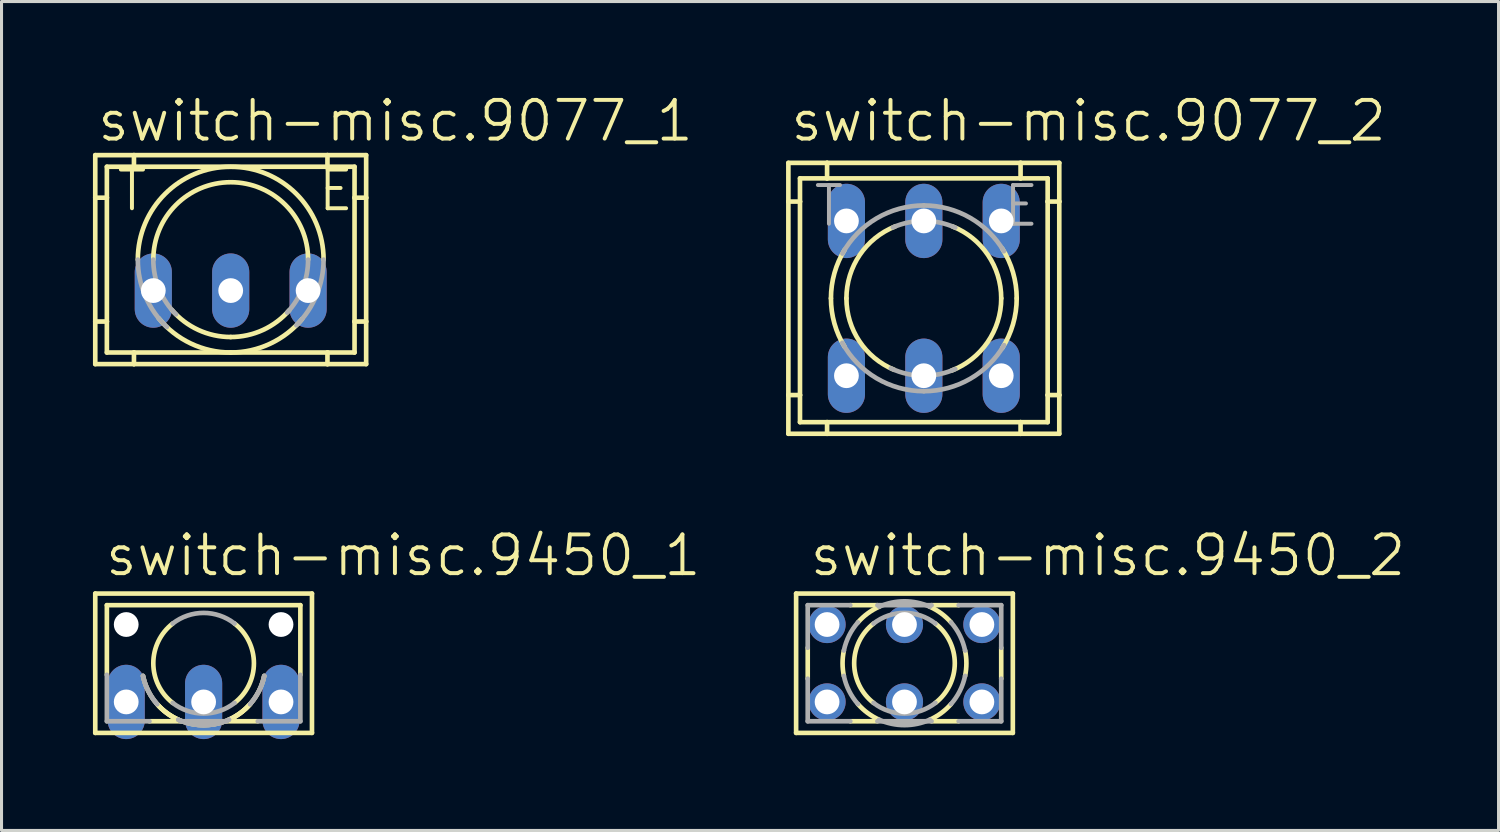
<source format=kicad_pcb>
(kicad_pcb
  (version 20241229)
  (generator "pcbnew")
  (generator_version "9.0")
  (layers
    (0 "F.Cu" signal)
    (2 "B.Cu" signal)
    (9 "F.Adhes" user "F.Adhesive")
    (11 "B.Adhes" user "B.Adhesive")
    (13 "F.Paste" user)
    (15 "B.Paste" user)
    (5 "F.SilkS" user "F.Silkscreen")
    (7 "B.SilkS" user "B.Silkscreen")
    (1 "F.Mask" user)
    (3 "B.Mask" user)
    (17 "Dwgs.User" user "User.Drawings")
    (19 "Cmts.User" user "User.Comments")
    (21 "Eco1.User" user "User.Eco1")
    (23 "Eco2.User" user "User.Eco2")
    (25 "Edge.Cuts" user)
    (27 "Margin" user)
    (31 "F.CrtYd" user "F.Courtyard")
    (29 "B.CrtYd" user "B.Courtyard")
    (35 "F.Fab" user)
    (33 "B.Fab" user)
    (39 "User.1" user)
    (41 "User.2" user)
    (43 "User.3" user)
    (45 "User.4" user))
  (footprint "switch-misc.9077_1"
    (layer "F.Cu")
    (at 4.521 5.47)
    (property "Reference" "switch-misc.9077_1" (at -4.445 -3.81 0) (layer "F.SilkS") (effects (font (size 1.27 1.27) (thickness 0.13)) (justify left bottom)))
    (attr through_hole)
    (fp_line (start -4.445 -3.429) (end -4.445 -2.032) (stroke (width 0.152) (type default)) (layer "F.SilkS"))
    (fp_line (start -4.445 -3.429) (end -3.175 -3.429) (stroke (width 0.152) (type default)) (layer "F.SilkS"))
    (fp_line (start -4.445 -2.032) (end -4.445 2.032) (stroke (width 0.152) (type default)) (layer "F.SilkS"))
    (fp_line (start -4.445 2.032) (end -4.445 3.429) (stroke (width 0.152) (type default)) (layer "F.SilkS"))
    (fp_line (start -4.064 -3.048) (end -4.064 -2.032) (stroke (width 0.152) (type default)) (layer "F.SilkS"))
    (fp_line (start -4.064 -3.048) (end -3.175 -3.048) (stroke (width 0.152) (type default)) (layer "F.SilkS"))
    (fp_line (start -4.064 -2.032) (end -4.445 -2.032) (stroke (width 0.152) (type default)) (layer "F.SilkS"))
    (fp_line (start -4.064 -2.032) (end -4.064 2.032) (stroke (width 0.152) (type default)) (layer "F.SilkS"))
    (fp_line (start -4.064 2.032) (end -4.445 2.032) (stroke (width 0.152) (type default)) (layer "F.SilkS"))
    (fp_line (start -4.064 2.032) (end -4.064 3.048) (stroke (width 0.152) (type default)) (layer "F.SilkS"))
    (fp_line (start -3.175 -3.429) (end -3.175 -3.048) (stroke (width 0.152) (type default)) (layer "F.SilkS"))
    (fp_line (start -3.175 -3.429) (end 3.175 -3.429) (stroke (width 0.152) (type default)) (layer "F.SilkS"))
    (fp_line (start -3.175 -3.048) (end 3.175 -3.048) (stroke (width 0.152) (type default)) (layer "F.SilkS"))
    (fp_line (start -3.175 3.048) (end -4.064 3.048) (stroke (width 0.152) (type default)) (layer "F.SilkS"))
    (fp_line (start -3.175 3.048) (end -3.175 3.429) (stroke (width 0.152) (type default)) (layer "F.SilkS"))
    (fp_line (start -3.175 3.429) (end -4.445 3.429) (stroke (width 0.152) (type default)) (layer "F.SilkS"))
    (fp_line (start 3.175 -3.429) (end 3.175 -3.048) (stroke (width 0.152) (type default)) (layer "F.SilkS"))
    (fp_line (start 3.175 -3.429) (end 4.445 -3.429) (stroke (width 0.152) (type default)) (layer "F.SilkS"))
    (fp_line (start 3.175 -3.048) (end 4.064 -3.048) (stroke (width 0.152) (type default)) (layer "F.SilkS"))
    (fp_line (start 3.175 3.048) (end -3.175 3.048) (stroke (width 0.152) (type default)) (layer "F.SilkS"))
    (fp_line (start 3.175 3.048) (end 3.175 3.429) (stroke (width 0.152) (type default)) (layer "F.SilkS"))
    (fp_line (start 3.175 3.429) (end -3.175 3.429) (stroke (width 0.152) (type default)) (layer "F.SilkS"))
    (fp_line (start 4.064 -2.032) (end 4.064 -3.048) (stroke (width 0.152) (type default)) (layer "F.SilkS"))
    (fp_line (start 4.064 2.032) (end 4.064 -2.032) (stroke (width 0.152) (type default)) (layer "F.SilkS"))
    (fp_line (start 4.064 3.048) (end 3.175 3.048) (stroke (width 0.152) (type default)) (layer "F.SilkS"))
    (fp_line (start 4.064 3.048) (end 4.064 2.032) (stroke (width 0.152) (type default)) (layer "F.SilkS"))
    (fp_line (start 4.445 -2.032) (end 4.064 -2.032) (stroke (width 0.152) (type default)) (layer "F.SilkS"))
    (fp_line (start 4.445 -2.032) (end 4.445 -3.429) (stroke (width 0.152) (type default)) (layer "F.SilkS"))
    (fp_line (start 4.445 2.032) (end 4.064 2.032) (stroke (width 0.152) (type default)) (layer "F.SilkS"))
    (fp_line (start 4.445 2.032) (end 4.445 -2.032) (stroke (width 0.152) (type default)) (layer "F.SilkS"))
    (fp_line (start 4.445 3.429) (end 3.175 3.429) (stroke (width 0.152) (type default)) (layer "F.SilkS"))
    (fp_line (start 4.445 3.429) (end 4.445 2.032) (stroke (width 0.152) (type default)) (layer "F.SilkS"))
    (fp_arc (start -3.048 0) (mid 0 -3.048) (end 3.048 0) (stroke (width 0.1524) (type default)) (layer "F.SilkS"))
    (fp_arc (start -2.54 0) (mid 0 -2.54) (end 2.54 0) (stroke (width 0.1524) (type default)) (layer "F.SilkS"))
    (fp_arc (start 0 2.54) (mid -1.061351 2.307616) (end -1.9285 1.653) (stroke (width 0.1524) (type default)) (layer "F.SilkS"))
    (fp_arc (start 0 3.048) (mid -1.309953 2.752134) (end -2.3656 1.922) (stroke (width 0.1524) (type default)) (layer "F.SilkS"))
    (fp_arc (start 1.9195 1.6635) (mid 1.055078 2.310514) (end 0 2.54) (stroke (width 0.1524) (type default)) (layer "F.SilkS"))
    (fp_arc (start 2.3415 1.9513) (mid 1.292802 2.760237) (end 0 3.048) (stroke (width 0.1524) (type default)) (layer "F.SilkS"))
    (fp_arc (start -2.0962 2.2127) (mid -2.799948 1.20436) (end -3.048 0) (stroke (width 0.1524) (type default)) (layer "F.Fab"))
    (fp_arc (start -1.7961 1.7961) (mid -2.346686 0.972037) (end -2.54 0) (stroke (width 0.1524) (type default)) (layer "F.Fab"))
    (fp_arc (start 2.54 0) (mid 2.362007 0.934052) (end 1.853 1.7372) (stroke (width 0.1524) (type default)) (layer "F.Fab"))
    (fp_arc (start 3.048 0) (mid 2.81601 1.166435) (end 2.1553 2.1553) (stroke (width 0.1524) (type default)) (layer "F.Fab"))
    (fp_text user "T" (at -3.81 -1.524 0) (layer "F.SilkS") (effects (font (size 1.27 1.27) (thickness 0.13)) (justify left bottom)))
    (fp_text user "E" (at 2.794 -1.524 0) (layer "F.SilkS") (effects (font (size 1.27 1.27) (thickness 0.13)) (justify left bottom)))
    (pad "1" thru_hole oval (at -2.54 1.016 90) (size 2.438 1.219) (drill 0.813) (layers "*.Cu" "*.Mask"))
    (pad "2" thru_hole oval (at 0 1.016 90) (size 2.438 1.219) (drill 0.813) (layers "*.Cu" "*.Mask"))
    (pad "3" thru_hole oval (at 2.54 1.016 90) (size 2.438 1.219) (drill 0.813) (layers "*.Cu" "*.Mask")))
  (footprint "switch-misc.9450_2"
    (layer "F.Cu")
    (at 26.632 18.715)
    (property "Reference" "switch-misc.9450_2" (at -3.175 -2.794 0) (layer "F.SilkS") (effects (font (size 1.27 1.27) (thickness 0.13)) (justify left bottom)))
    (attr through_hole)
    (fp_line (start -3.556 2.286) (end -3.556 -2.286) (stroke (width 0.152) (type default)) (layer "F.SilkS"))
    (fp_line (start -3.556 2.286) (end 3.556 2.286) (stroke (width 0.152) (type default)) (layer "F.SilkS"))
    (fp_line (start -3.175 0.508) (end -3.175 -0.508) (stroke (width 0.152) (type default)) (layer "F.SilkS"))
    (fp_line (start -0.889 -1.905) (end -1.778 -1.905) (stroke (width 0.152) (type default)) (layer "F.SilkS"))
    (fp_line (start -0.889 1.905) (end -1.778 1.905) (stroke (width 0.152) (type default)) (layer "F.SilkS"))
    (fp_line (start 1.778 -1.905) (end 0.889 -1.905) (stroke (width 0.152) (type default)) (layer "F.SilkS"))
    (fp_line (start 1.778 1.905) (end 0.889 1.905) (stroke (width 0.152) (type default)) (layer "F.SilkS"))
    (fp_line (start 3.175 -0.508) (end 3.175 0.508) (stroke (width 0.152) (type default)) (layer "F.SilkS"))
    (fp_line (start 3.556 -2.286) (end -3.556 -2.286) (stroke (width 0.152) (type default)) (layer "F.SilkS"))
    (fp_line (start 3.556 -2.286) (end 3.556 2.286) (stroke (width 0.152) (type default)) (layer "F.SilkS"))
    (fp_arc (start -1.9889 0.4165) (mid -2.032042 0) (end -1.9889 -0.4165) (stroke (width 0.1524) (type default)) (layer "F.SilkS"))
    (fp_arc (start -1.5265 -1.3412) (mid -1.206434 -1.635086) (end -0.8312 -1.8542) (stroke (width 0.1524) (type default)) (layer "F.SilkS"))
    (fp_arc (start -1.0155 1.3018) (mid -1.651037 0) (end -1.0155 -1.3018) (stroke (width 0.1524) (type default)) (layer "F.SilkS"))
    (fp_arc (start -0.8312 1.8542) (mid -1.206434 1.635086) (end -1.5265 1.3412) (stroke (width 0.1524) (type default)) (layer "F.SilkS"))
    (fp_arc (start 0.8312 -1.8542) (mid 1.206434 -1.635086) (end 1.5265 -1.3412) (stroke (width 0.1524) (type default)) (layer "F.SilkS"))
    (fp_arc (start 1.0155 -1.3018) (mid 1.651037 0) (end 1.0155 1.3018) (stroke (width 0.1524) (type default)) (layer "F.SilkS"))
    (fp_arc (start 1.5265 1.3412) (mid 1.206434 1.635086) (end 0.8312 1.8542) (stroke (width 0.1524) (type default)) (layer "F.SilkS"))
    (fp_arc (start 1.9889 -0.4165) (mid 2.032042 0) (end 1.9889 0.4165) (stroke (width 0.1524) (type default)) (layer "F.SilkS"))
    (fp_line (start -3.175 -1.905) (end -1.778 -1.905) (stroke (width 0.152) (type default)) (layer "F.Fab"))
    (fp_line (start -3.175 -0.508) (end -3.175 -1.905) (stroke (width 0.152) (type default)) (layer "F.Fab"))
    (fp_line (start -3.175 1.905) (end -3.175 0.508) (stroke (width 0.152) (type default)) (layer "F.Fab"))
    (fp_line (start -1.778 1.905) (end -3.175 1.905) (stroke (width 0.152) (type default)) (layer "F.Fab"))
    (fp_line (start 0.889 -1.905) (end -0.889 -1.905) (stroke (width 0.152) (type default)) (layer "F.Fab"))
    (fp_line (start 0.889 1.905) (end -0.889 1.905) (stroke (width 0.152) (type default)) (layer "F.Fab"))
    (fp_line (start 1.778 1.905) (end 3.175 1.905) (stroke (width 0.152) (type default)) (layer "F.Fab"))
    (fp_line (start 3.175 -1.905) (end 1.778 -1.905) (stroke (width 0.152) (type default)) (layer "F.Fab"))
    (fp_line (start 3.175 -0.508) (end 3.175 -1.905) (stroke (width 0.152) (type default)) (layer "F.Fab"))
    (fp_line (start 3.175 1.905) (end 3.175 0.508) (stroke (width 0.152) (type default)) (layer "F.Fab"))
    (fp_arc (start -1.9889 -0.4165) (mid -1.817492 -0.908749) (end -1.5265 -1.3412) (stroke (width 0.1524) (type default)) (layer "F.Fab"))
    (fp_arc (start -1.5265 1.3412) (mid -1.817492 0.908749) (end -1.9889 0.4165) (stroke (width 0.1524) (type default)) (layer "F.Fab"))
    (fp_arc (start -1.0155 -1.3018) (mid 0 -1.651037) (end 1.0155 -1.3018) (stroke (width 0.1524) (type default)) (layer "F.Fab"))
    (fp_arc (start -0.8312 -1.8542) (mid 0 -2.031982) (end 0.8312 -1.8542) (stroke (width 0.1524) (type default)) (layer "F.Fab"))
    (fp_arc (start 0.8312 1.8542) (mid 0 2.031982) (end -0.8312 1.8542) (stroke (width 0.1524) (type default)) (layer "F.Fab"))
    (fp_arc (start 1.0155 1.3018) (mid 0 1.651037) (end -1.0155 1.3018) (stroke (width 0.1524) (type default)) (layer "F.Fab"))
    (fp_arc (start 1.5265 -1.3412) (mid 1.817492 -0.908749) (end 1.9889 -0.4165) (stroke (width 0.1524) (type default)) (layer "F.Fab"))
    (fp_arc (start 1.9889 0.4165) (mid 1.817492 0.908749) (end 1.5265 1.3412) (stroke (width 0.1524) (type default)) (layer "F.Fab"))
    (pad "1" thru_hole circle (at -2.54 1.27) (size 1.219 1.219) (drill 0.813) (layers "*.Cu" "*.Mask"))
    (pad "2" thru_hole circle (at 0 1.27) (size 1.219 1.219) (drill 0.813) (layers "*.Cu" "*.Mask"))
    (pad "3" thru_hole circle (at 2.54 1.27) (size 1.219 1.219) (drill 0.813) (layers "*.Cu" "*.Mask"))
    (pad "4" thru_hole circle (at -2.54 -1.27) (size 1.219 1.219) (drill 0.813) (layers "*.Cu" "*.Mask"))
    (pad "5" thru_hole circle (at 0 -1.27) (size 1.219 1.219) (drill 0.813) (layers "*.Cu" "*.Mask"))
    (pad "6" thru_hole circle (at 2.54 -1.27) (size 1.219 1.219) (drill 0.813) (layers "*.Cu" "*.Mask")))
  (footprint "switch-misc.9077_2"
    (layer "F.Cu")
    (at 27.267 6.74)
    (property "Reference" "switch-misc.9077_2" (at -4.445 -5.08 0) (layer "F.SilkS") (effects (font (size 1.27 1.27) (thickness 0.13)) (justify left bottom)))
    (attr through_hole)
    (fp_line (start -4.445 -4.445) (end -4.445 -3.175) (stroke (width 0.152) (type default)) (layer "F.SilkS"))
    (fp_line (start -4.445 -4.445) (end -3.175 -4.445) (stroke (width 0.152) (type default)) (layer "F.SilkS"))
    (fp_line (start -4.445 -3.175) (end -4.445 3.175) (stroke (width 0.152) (type default)) (layer "F.SilkS"))
    (fp_line (start -4.445 -3.175) (end -4.064 -3.175) (stroke (width 0.152) (type default)) (layer "F.SilkS"))
    (fp_line (start -4.445 3.175) (end -4.445 4.445) (stroke (width 0.152) (type default)) (layer "F.SilkS"))
    (fp_line (start -4.445 3.175) (end -4.064 3.175) (stroke (width 0.152) (type default)) (layer "F.SilkS"))
    (fp_line (start -4.064 -3.937) (end -4.064 -3.175) (stroke (width 0.152) (type default)) (layer "F.SilkS"))
    (fp_line (start -4.064 -3.937) (end -3.175 -3.937) (stroke (width 0.152) (type default)) (layer "F.SilkS"))
    (fp_line (start -4.064 -3.175) (end -4.064 3.175) (stroke (width 0.152) (type default)) (layer "F.SilkS"))
    (fp_line (start -4.064 3.175) (end -4.064 4.064) (stroke (width 0.152) (type default)) (layer "F.SilkS"))
    (fp_line (start -3.175 -4.445) (end 3.175 -4.445) (stroke (width 0.152) (type default)) (layer "F.SilkS"))
    (fp_line (start -3.175 -3.937) (end -3.175 -4.445) (stroke (width 0.152) (type default)) (layer "F.SilkS"))
    (fp_line (start -3.175 -3.937) (end 3.175 -3.937) (stroke (width 0.152) (type default)) (layer "F.SilkS"))
    (fp_line (start -3.175 4.064) (end -4.064 4.064) (stroke (width 0.152) (type default)) (layer "F.SilkS"))
    (fp_line (start -3.175 4.445) (end -4.445 4.445) (stroke (width 0.152) (type default)) (layer "F.SilkS"))
    (fp_line (start -3.175 4.445) (end -3.175 4.064) (stroke (width 0.152) (type default)) (layer "F.SilkS"))
    (fp_line (start 3.175 -4.445) (end 4.445 -4.445) (stroke (width 0.152) (type default)) (layer "F.SilkS"))
    (fp_line (start 3.175 -3.937) (end 3.175 -4.445) (stroke (width 0.152) (type default)) (layer "F.SilkS"))
    (fp_line (start 3.175 -3.937) (end 4.064 -3.937) (stroke (width 0.152) (type default)) (layer "F.SilkS"))
    (fp_line (start 3.175 4.064) (end -3.175 4.064) (stroke (width 0.152) (type default)) (layer "F.SilkS"))
    (fp_line (start 3.175 4.445) (end -3.175 4.445) (stroke (width 0.152) (type default)) (layer "F.SilkS"))
    (fp_line (start 3.175 4.445) (end 3.175 4.064) (stroke (width 0.152) (type default)) (layer "F.SilkS"))
    (fp_line (start 4.064 -3.175) (end 4.064 -3.937) (stroke (width 0.152) (type default)) (layer "F.SilkS"))
    (fp_line (start 4.064 -3.175) (end 4.445 -3.175) (stroke (width 0.152) (type default)) (layer "F.SilkS"))
    (fp_line (start 4.064 3.175) (end 4.064 -3.175) (stroke (width 0.152) (type default)) (layer "F.SilkS"))
    (fp_line (start 4.064 3.175) (end 4.445 3.175) (stroke (width 0.152) (type default)) (layer "F.SilkS"))
    (fp_line (start 4.064 4.064) (end 3.175 4.064) (stroke (width 0.152) (type default)) (layer "F.SilkS"))
    (fp_line (start 4.064 4.064) (end 4.064 3.175) (stroke (width 0.152) (type default)) (layer "F.SilkS"))
    (fp_line (start 4.445 -3.175) (end 4.445 -4.445) (stroke (width 0.152) (type default)) (layer "F.SilkS"))
    (fp_line (start 4.445 3.175) (end 4.445 -3.175) (stroke (width 0.152) (type default)) (layer "F.SilkS"))
    (fp_line (start 4.445 4.445) (end 3.175 4.445) (stroke (width 0.152) (type default)) (layer "F.SilkS"))
    (fp_line (start 4.445 4.445) (end 4.445 3.175) (stroke (width 0.152) (type default)) (layer "F.SilkS"))
    (fp_arc (start -3.048 0) (mid -2.932801 -0.830073) (end -2.5959 -1.5974) (stroke (width 0.1524) (type default)) (layer "F.SilkS"))
    (fp_arc (start -2.6008 1.5894) (mid -2.934073 0.825558) (end -3.048 0) (stroke (width 0.1524) (type default)) (layer "F.SilkS"))
    (fp_arc (start -2.54 0) (mid -2.103269 -1.423986) (end -0.9433 -2.3583) (stroke (width 0.1524) (type default)) (layer "F.SilkS"))
    (fp_arc (start -0.9769 2.3446) (mid -2.113394 1.408934) (end -2.54 0) (stroke (width 0.1524) (type default)) (layer "F.SilkS"))
    (fp_arc (start 0.9433 -2.3583) (mid 2.10331 -1.423995) (end 2.5401 0) (stroke (width 0.1524) (type default)) (layer "F.SilkS"))
    (fp_arc (start 2.54 0) (mid 2.093749 1.437989) (end 0.9118 2.3707) (stroke (width 0.1524) (type default)) (layer "F.SilkS"))
    (fp_arc (start 2.5715 -1.6364) (mid 2.926456 -0.852183) (end 3.048 0) (stroke (width 0.1524) (type default)) (layer "F.SilkS"))
    (fp_arc (start 3.048 0) (mid 2.926456 0.852183) (end 2.5715 1.6364) (stroke (width 0.1524) (type default)) (layer "F.SilkS"))
    (fp_arc (start -2.6707 -1.4689) (mid -1.551306 -2.623691) (end 0 -3.048) (stroke (width 0.1524) (type default)) (layer "F.Fab"))
    (fp_arc (start -1.0181 -2.327) (mid -0.52007 -2.486173) (end 0 -2.54) (stroke (width 0.1524) (type default)) (layer "F.Fab"))
    (fp_arc (start 0 -3.048) (mid 1.513277 -2.645822) (end 2.6272 -1.5454) (stroke (width 0.1524) (type default)) (layer "F.Fab"))
    (fp_arc (start 0 -2.54) (mid 0.527286 -2.484678) (end 1.0316 -2.3211) (stroke (width 0.1524) (type default)) (layer "F.Fab"))
    (fp_arc (start 0 2.54) (mid -0.554098 2.478801) (end -1.0815 2.2982) (stroke (width 0.1524) (type default)) (layer "F.Fab"))
    (fp_arc (start 0 3.048) (mid -1.555888 2.620947) (end -2.6758 1.4595) (stroke (width 0.1524) (type default)) (layer "F.Fab"))
    (fp_arc (start 1.0316 2.3211) (mid 0.527286 2.484678) (end 0 2.54) (stroke (width 0.1524) (type default)) (layer "F.Fab"))
    (fp_arc (start 2.6328 1.5358) (mid 1.51809 2.64305) (end 0 3.048) (stroke (width 0.1524) (type default)) (layer "F.Fab"))
    (fp_text user "E" (at 2.54 -2.286 0) (layer "F.Fab") (effects (font (size 1.27 1.27) (thickness 0.13)) (justify left bottom)))
    (fp_text user "T" (at -3.683 -2.286 0) (layer "F.Fab") (effects (font (size 1.27 1.27) (thickness 0.13)) (justify left bottom)))
    (pad "1" thru_hole oval (at -2.54 -2.54 90) (size 2.438 1.219) (drill 0.813) (layers "*.Cu" "*.Mask"))
    (pad "2" thru_hole oval (at 0 -2.54 90) (size 2.438 1.219) (drill 0.813) (layers "*.Cu" "*.Mask"))
    (pad "3" thru_hole oval (at 2.54 -2.54 90) (size 2.438 1.219) (drill 0.813) (layers "*.Cu" "*.Mask"))
    (pad "4" thru_hole oval (at -2.54 2.54 90) (size 2.438 1.219) (drill 0.813) (layers "*.Cu" "*.Mask"))
    (pad "5" thru_hole oval (at 0 2.54 90) (size 2.438 1.219) (drill 0.813) (layers "*.Cu" "*.Mask"))
    (pad "6" thru_hole oval (at 2.54 2.54 90) (size 2.438 1.219) (drill 0.813) (layers "*.Cu" "*.Mask")))
  (footprint "switch-misc.9450_1"
    (layer "F.Cu")
    (at 3.632 18.715)
    (property "Reference" "switch-misc.9450_1" (at -3.302 -2.794 0) (layer "F.SilkS") (effects (font (size 1.27 1.27) (thickness 0.13)) (justify left bottom)))
    (attr through_hole)
    (fp_line (start -3.556 2.286) (end -3.556 -2.286) (stroke (width 0.152) (type default)) (layer "F.SilkS"))
    (fp_line (start -3.556 2.286) (end 3.556 2.286) (stroke (width 0.152) (type default)) (layer "F.SilkS"))
    (fp_line (start -3.175 0.381) (end -3.175 -1.905) (stroke (width 0.152) (type default)) (layer "F.SilkS"))
    (fp_line (start -0.762 1.905) (end -1.778 1.905) (stroke (width 0.152) (type default)) (layer "F.SilkS"))
    (fp_line (start 0.762 1.905) (end 1.778 1.905) (stroke (width 0.152) (type default)) (layer "F.SilkS"))
    (fp_line (start 3.175 -1.905) (end -3.175 -1.905) (stroke (width 0.152) (type default)) (layer "F.SilkS"))
    (fp_line (start 3.175 -1.905) (end 3.175 0.381) (stroke (width 0.152) (type default)) (layer "F.SilkS"))
    (fp_line (start 3.556 -2.286) (end -3.556 -2.286) (stroke (width 0.152) (type default)) (layer "F.SilkS"))
    (fp_line (start 3.556 -2.286) (end 3.556 2.286) (stroke (width 0.152) (type default)) (layer "F.SilkS"))
    (fp_arc (start -1.0155 1.3018) (mid -1.651037 0) (end -1.0155 -1.3018) (stroke (width 0.1524) (type default)) (layer "F.SilkS"))
    (fp_arc (start -0.8312 1.8542) (mid -1.206434 1.635086) (end -1.5265 1.3412) (stroke (width 0.1524) (type default)) (layer "F.SilkS"))
    (fp_arc (start -0.8312 1.8542) (mid -1.206434 1.635086) (end -1.5265 1.3412) (stroke (width 0.1524) (type default)) (layer "F.SilkS"))
    (fp_arc (start 1.0155 -1.3018) (mid 1.651037 0) (end 1.0155 1.3018) (stroke (width 0.1524) (type default)) (layer "F.SilkS"))
    (fp_arc (start 1.5265 1.3412) (mid 1.206434 1.635086) (end 0.8312 1.8542) (stroke (width 0.1524) (type default)) (layer "F.SilkS"))
    (fp_arc (start 1.5265 1.3412) (mid 1.206434 1.635086) (end 0.8312 1.8542) (stroke (width 0.1524) (type default)) (layer "F.SilkS"))
    (fp_arc (start 1.9889 0.4165) (mid 0 2.032042) (end -1.9889 0.4165) (stroke (width 0.1524) (type default)) (layer "F.SilkS"))
    (fp_line (start -3.175 1.905) (end -3.175 0.381) (stroke (width 0.152) (type default)) (layer "F.Fab"))
    (fp_line (start -1.778 1.905) (end -3.175 1.905) (stroke (width 0.152) (type default)) (layer "F.Fab"))
    (fp_line (start -0.762 1.905) (end 0.762 1.905) (stroke (width 0.152) (type default)) (layer "F.Fab"))
    (fp_line (start 1.778 1.905) (end 3.175 1.905) (stroke (width 0.152) (type default)) (layer "F.Fab"))
    (fp_line (start 3.175 1.905) (end 3.175 0.381) (stroke (width 0.152) (type default)) (layer "F.Fab"))
    (fp_arc (start -1.5265 1.3412) (mid -1.817492 0.908749) (end -1.9889 0.4165) (stroke (width 0.1524) (type default)) (layer "F.Fab"))
    (fp_arc (start -1.5265 1.3412) (mid -1.817492 0.908749) (end -1.9889 0.4165) (stroke (width 0.1524) (type default)) (layer "F.Fab"))
    (fp_arc (start -1.0155 -1.3018) (mid 0 -1.651037) (end 1.0155 -1.3018) (stroke (width 0.1524) (type default)) (layer "F.Fab"))
    (fp_arc (start 0.8312 1.8542) (mid 0 2.031982) (end -0.8312 1.8542) (stroke (width 0.1524) (type default)) (layer "F.Fab"))
    (fp_arc (start 0.8312 1.8542) (mid 0 2.031982) (end -0.8312 1.8542) (stroke (width 0.1524) (type default)) (layer "F.Fab"))
    (fp_arc (start 1.0155 1.3018) (mid 0 1.651037) (end -1.0155 1.3018) (stroke (width 0.1524) (type default)) (layer "F.Fab"))
    (fp_arc (start 1.9889 0.4165) (mid 1.817492 0.908749) (end 1.5265 1.3412) (stroke (width 0.1524) (type default)) (layer "F.Fab"))
    (fp_arc (start 1.9889 0.4165) (mid 1.817492 0.908749) (end 1.5265 1.3412) (stroke (width 0.1524) (type default)) (layer "F.Fab"))
    (pad "" np_thru_hole circle (at -2.54 -1.27) (size 0.813 0.813) (drill 0.813) (layers "*.Cu" "*.Mask"))
    (pad "" np_thru_hole circle (at 2.54 -1.27) (size 0.813 0.813) (drill 0.813) (layers "*.Cu" "*.Mask"))
    (pad "1" thru_hole oval (at -2.54 1.27 90) (size 2.438 1.219) (drill 0.813) (layers "*.Cu" "*.Mask"))
    (pad "2" thru_hole oval (at 0 1.27 90) (size 2.438 1.219) (drill 0.813) (layers "*.Cu" "*.Mask"))
    (pad "3" thru_hole oval (at 2.54 1.27 90) (size 2.438 1.219) (drill 0.813) (layers "*.Cu" "*.Mask")))
  (gr_rect
    (start -3 -3)
    (end 46.127 24.204)
    (stroke (width 0.1) (type default))
    (fill no)
    (layer "Edge.Cuts")))
</source>
